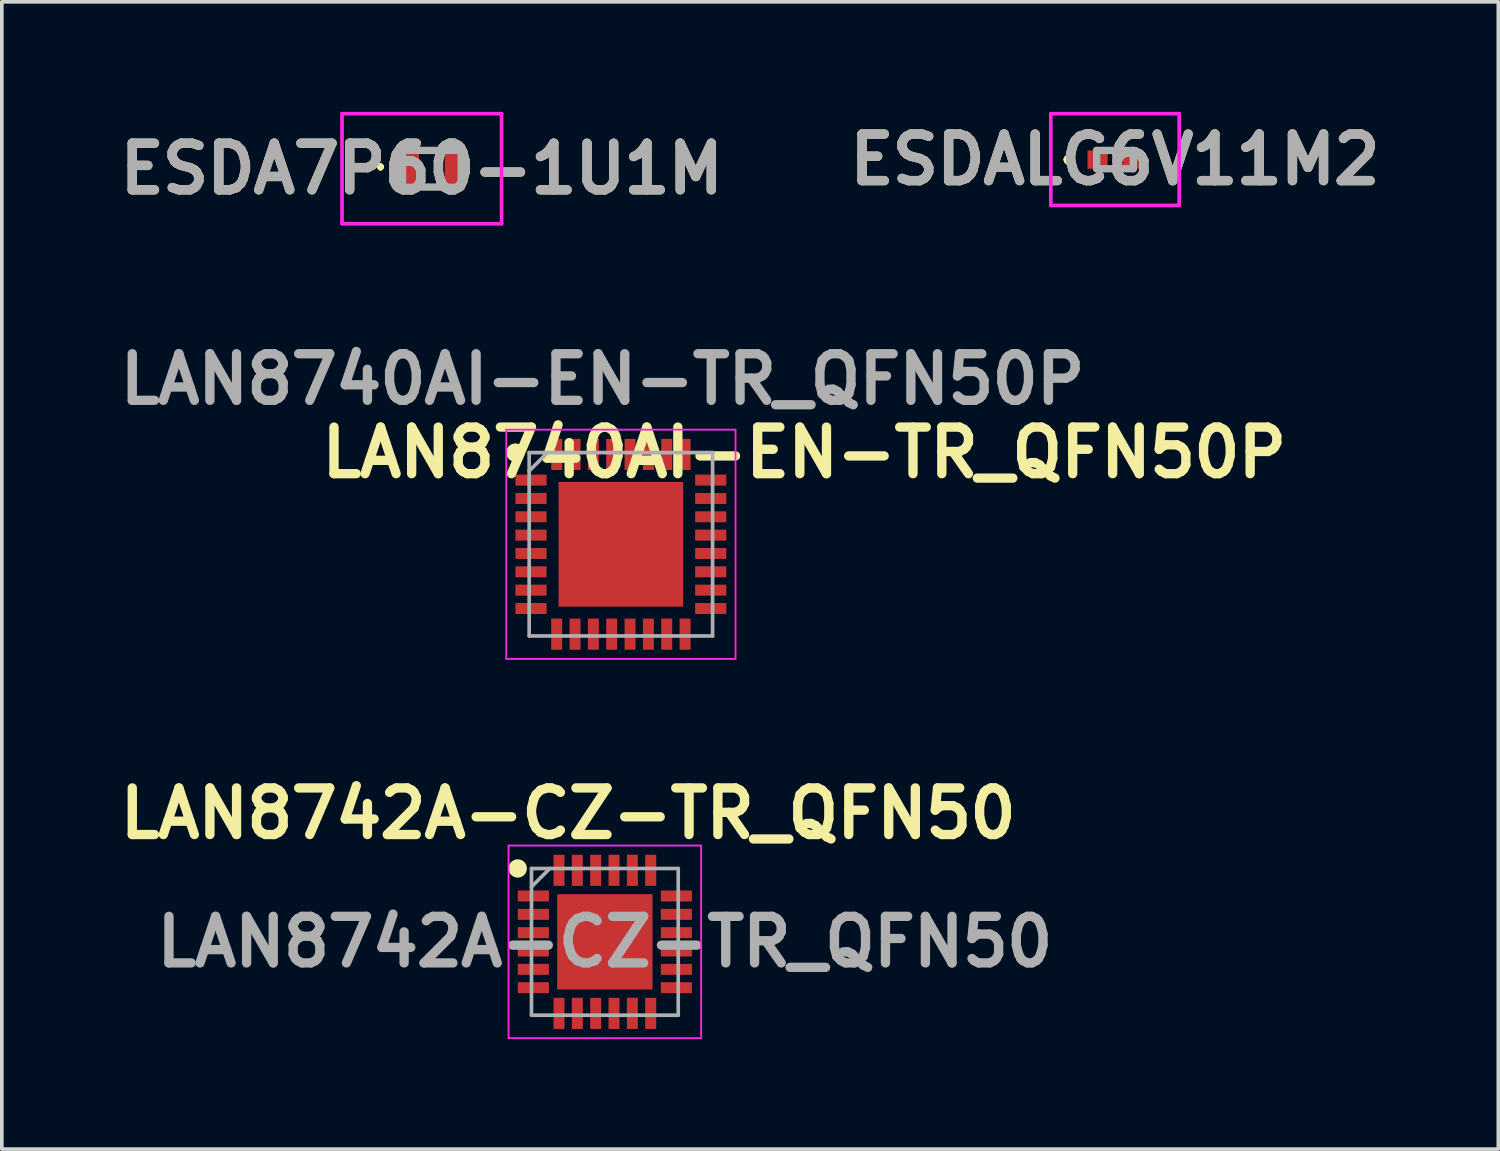
<source format=kicad_pcb>
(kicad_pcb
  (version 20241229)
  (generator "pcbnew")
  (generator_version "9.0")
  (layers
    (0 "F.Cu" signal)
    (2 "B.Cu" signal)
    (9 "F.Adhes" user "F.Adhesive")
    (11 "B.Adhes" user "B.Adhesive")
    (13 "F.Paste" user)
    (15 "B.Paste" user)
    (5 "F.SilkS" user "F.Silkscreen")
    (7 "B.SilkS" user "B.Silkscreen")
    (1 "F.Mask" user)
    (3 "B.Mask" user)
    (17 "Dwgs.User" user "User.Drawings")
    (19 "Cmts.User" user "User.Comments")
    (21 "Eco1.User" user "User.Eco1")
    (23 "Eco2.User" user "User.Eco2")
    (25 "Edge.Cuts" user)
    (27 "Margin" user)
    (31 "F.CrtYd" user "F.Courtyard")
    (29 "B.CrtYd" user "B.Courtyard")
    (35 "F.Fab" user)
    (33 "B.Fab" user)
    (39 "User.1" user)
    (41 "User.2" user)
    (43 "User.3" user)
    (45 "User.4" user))
  (footprint "LAN8740AI-EN-TR_QFN50P"
    (layer "F.Cu")
    (at 13.877 11.789)
    (property "Reference" "LAN8740AI-EN-TR_QFN50P" (at 5 -2.5 0) (layer "F.SilkS") (effects (font (size 1.27 1.27) (thickness 0.254))))
    (attr smd)
    (fp_circle (center -2.875 -2.5) (end -2.875 -2.375) (stroke (width 0.25) (type solid)) (fill no) (layer "F.SilkS"))
    (fp_line (start -3.125 -3.125) (end 3.125 -3.125) (stroke (width 0.05) (type solid)) (layer "F.CrtYd"))
    (fp_line (start -3.125 3.125) (end -3.125 -3.125) (stroke (width 0.05) (type solid)) (layer "F.CrtYd"))
    (fp_line (start 3.125 -3.125) (end 3.125 3.125) (stroke (width 0.05) (type solid)) (layer "F.CrtYd"))
    (fp_line (start 3.125 3.125) (end -3.125 3.125) (stroke (width 0.05) (type solid)) (layer "F.CrtYd"))
    (fp_line (start -2.5 -2.5) (end 2.5 -2.5) (stroke (width 0.1) (type solid)) (layer "F.Fab"))
    (fp_line (start -2.5 -2) (end -2 -2.5) (stroke (width 0.1) (type solid)) (layer "F.Fab"))
    (fp_line (start -2.5 2.5) (end -2.5 -2.5) (stroke (width 0.1) (type solid)) (layer "F.Fab"))
    (fp_line (start 2.5 -2.5) (end 2.5 2.5) (stroke (width 0.1) (type solid)) (layer "F.Fab"))
    (fp_line (start 2.5 2.5) (end -2.5 2.5) (stroke (width 0.1) (type solid)) (layer "F.Fab"))
    (fp_text user "${REFERENCE}" (at -0.5 -4.5 0) (layer "F.Fab") (effects (font (size 1.27 1.27) (thickness 0.254))))
    (pad "1" smd rect (at -2.45 -1.75 90) (size 0.3 0.85) (layers "F.Cu" "F.Mask" "F.Paste"))
    (pad "2" smd rect (at -2.45 -1.25 90) (size 0.3 0.85) (layers "F.Cu" "F.Mask" "F.Paste"))
    (pad "3" smd rect (at -2.45 -0.75 90) (size 0.3 0.85) (layers "F.Cu" "F.Mask" "F.Paste"))
    (pad "4" smd rect (at -2.45 -0.25 90) (size 0.3 0.85) (layers "F.Cu" "F.Mask" "F.Paste"))
    (pad "5" smd rect (at -2.45 0.25 90) (size 0.3 0.85) (layers "F.Cu" "F.Mask" "F.Paste"))
    (pad "6" smd rect (at -2.45 0.75 90) (size 0.3 0.85) (layers "F.Cu" "F.Mask" "F.Paste"))
    (pad "7" smd rect (at -2.45 1.25 90) (size 0.3 0.85) (layers "F.Cu" "F.Mask" "F.Paste"))
    (pad "8" smd rect (at -2.45 1.75 90) (size 0.3 0.85) (layers "F.Cu" "F.Mask" "F.Paste"))
    (pad "9" smd rect (at -1.75 2.45) (size 0.3 0.85) (layers "F.Cu" "F.Mask" "F.Paste"))
    (pad "10" smd rect (at -1.25 2.45) (size 0.3 0.85) (layers "F.Cu" "F.Mask" "F.Paste"))
    (pad "11" smd rect (at -0.75 2.45) (size 0.3 0.85) (layers "F.Cu" "F.Mask" "F.Paste"))
    (pad "12" smd rect (at -0.25 2.45) (size 0.3 0.85) (layers "F.Cu" "F.Mask" "F.Paste"))
    (pad "13" smd rect (at 0.25 2.45) (size 0.3 0.85) (layers "F.Cu" "F.Mask" "F.Paste"))
    (pad "14" smd rect (at 0.75 2.45) (size 0.3 0.85) (layers "F.Cu" "F.Mask" "F.Paste"))
    (pad "15" smd rect (at 1.25 2.45) (size 0.3 0.85) (layers "F.Cu" "F.Mask" "F.Paste"))
    (pad "16" smd rect (at 1.75 2.45) (size 0.3 0.85) (layers "F.Cu" "F.Mask" "F.Paste"))
    (pad "17" smd rect (at 2.45 1.75 90) (size 0.3 0.85) (layers "F.Cu" "F.Mask" "F.Paste"))
    (pad "18" smd rect (at 2.45 1.25 90) (size 0.3 0.85) (layers "F.Cu" "F.Mask" "F.Paste"))
    (pad "19" smd rect (at 2.45 0.75 90) (size 0.3 0.85) (layers "F.Cu" "F.Mask" "F.Paste"))
    (pad "20" smd rect (at 2.45 0.25 90) (size 0.3 0.85) (layers "F.Cu" "F.Mask" "F.Paste"))
    (pad "21" smd rect (at 2.45 -0.25 90) (size 0.3 0.85) (layers "F.Cu" "F.Mask" "F.Paste"))
    (pad "22" smd rect (at 2.45 -0.75 90) (size 0.3 0.85) (layers "F.Cu" "F.Mask" "F.Paste"))
    (pad "23" smd rect (at 2.45 -1.25 90) (size 0.3 0.85) (layers "F.Cu" "F.Mask" "F.Paste"))
    (pad "24" smd rect (at 2.45 -1.75 90) (size 0.3 0.85) (layers "F.Cu" "F.Mask" "F.Paste"))
    (pad "25" smd rect (at 1.75 -2.45) (size 0.3 0.85) (layers "F.Cu" "F.Mask" "F.Paste"))
    (pad "26" smd rect (at 1.25 -2.45) (size 0.3 0.85) (layers "F.Cu" "F.Mask" "F.Paste"))
    (pad "27" smd rect (at 0.75 -2.45) (size 0.3 0.85) (layers "F.Cu" "F.Mask" "F.Paste"))
    (pad "28" smd rect (at 0.25 -2.45) (size 0.3 0.85) (layers "F.Cu" "F.Mask" "F.Paste"))
    (pad "29" smd rect (at -0.25 -2.45) (size 0.3 0.85) (layers "F.Cu" "F.Mask" "F.Paste"))
    (pad "30" smd rect (at -0.75 -2.45) (size 0.3 0.85) (layers "F.Cu" "F.Mask" "F.Paste"))
    (pad "31" smd rect (at -1.25 -2.45) (size 0.3 0.85) (layers "F.Cu" "F.Mask" "F.Paste"))
    (pad "32" smd rect (at -1.75 -2.45) (size 0.3 0.85) (layers "F.Cu" "F.Mask" "F.Paste"))
    (pad "33" smd rect (at 0 0) (size 3.4 3.4) (layers "F.Cu" "F.Mask" "F.Paste")))
  (footprint "ESDALC6V11M2"
    (layer "F.Cu")
    (at 27.348 1.3)
    (property "Reference" "ESDALC6V11M2" (at 0 0 0) (layer "F.SilkS") (effects (font (size 1.27 1.27) (thickness 0.254))))
    (attr smd)
    (fp_line (start -1.3 0) (end -1.3 0) (stroke (width 0.2) (type solid)) (layer "F.SilkS"))
    (fp_line (start -1.3 0) (end -1.3 0) (stroke (width 0.2) (type solid)) (layer "F.SilkS"))
    (fp_line (start -1.2 0) (end -1.2 0) (stroke (width 0.2) (type solid)) (layer "F.SilkS"))
    (fp_arc (start -1.3 0) (mid -1.25 -0.05) (end -1.2 0) (stroke (width 0.2) (type solid)) (layer "F.SilkS"))
    (fp_arc (start -1.2 0) (mid -1.25 0.05) (end -1.3 0) (stroke (width 0.2) (type solid)) (layer "F.SilkS"))
    (fp_arc (start -1.2 0) (mid -1.25 0.05) (end -1.3 0) (stroke (width 0.2) (type solid)) (layer "F.SilkS"))
    (fp_line (start -1.75 -1.25) (end 1.75 -1.25) (stroke (width 0.1) (type solid)) (layer "F.CrtYd"))
    (fp_line (start -1.75 1.25) (end -1.75 -1.25) (stroke (width 0.1) (type solid)) (layer "F.CrtYd"))
    (fp_line (start 1.75 -1.25) (end 1.75 1.25) (stroke (width 0.1) (type solid)) (layer "F.CrtYd"))
    (fp_line (start 1.75 1.25) (end -1.75 1.25) (stroke (width 0.1) (type solid)) (layer "F.CrtYd"))
    (fp_line (start -0.5 -0.25) (end -0.5 0.25) (stroke (width 0.2) (type solid)) (layer "F.Fab"))
    (fp_line (start -0.5 0.25) (end 0.5 0.25) (stroke (width 0.2) (type solid)) (layer "F.Fab"))
    (fp_line (start 0.5 -0.25) (end -0.5 -0.25) (stroke (width 0.2) (type solid)) (layer "F.Fab"))
    (fp_line (start 0.5 0.25) (end 0.5 -0.25) (stroke (width 0.2) (type solid)) (layer "F.Fab"))
    (fp_text user "${REFERENCE}" (at 0 0 0) (layer "F.Fab") (effects (font (size 1.27 1.27) (thickness 0.254))))
    (pad "1" smd rect (at -0.475 0 90) (size 0.5 0.55) (layers "F.Cu" "F.Mask" "F.Paste"))
    (pad "2" smd rect (at 0.475 0 90) (size 0.5 0.55) (layers "F.Cu" "F.Mask" "F.Paste")))
  (footprint "LAN8742A-CZ-TR_QFN50"
    (layer "F.Cu")
    (at 13.44 22.627)
    (property "Reference" "LAN8742A-CZ-TR_QFN50" (at -1 -3.5 0) (layer "F.SilkS") (effects (font (size 1.27 1.27) (thickness 0.254))))
    (attr smd)
    (fp_circle (center -2.375 -2) (end -2.375 -1.875) (stroke (width 0.25) (type solid)) (fill no) (layer "F.SilkS"))
    (fp_line (start -2.625 -2.625) (end 2.625 -2.625) (stroke (width 0.05) (type solid)) (layer "F.CrtYd"))
    (fp_line (start -2.625 2.625) (end -2.625 -2.625) (stroke (width 0.05) (type solid)) (layer "F.CrtYd"))
    (fp_line (start 2.625 -2.625) (end 2.625 2.625) (stroke (width 0.05) (type solid)) (layer "F.CrtYd"))
    (fp_line (start 2.625 2.625) (end -2.625 2.625) (stroke (width 0.05) (type solid)) (layer "F.CrtYd"))
    (fp_line (start -2 -2) (end 2 -2) (stroke (width 0.1) (type solid)) (layer "F.Fab"))
    (fp_line (start -2 -1.5) (end -1.5 -2) (stroke (width 0.1) (type solid)) (layer "F.Fab"))
    (fp_line (start -2 2) (end -2 -2) (stroke (width 0.1) (type solid)) (layer "F.Fab"))
    (fp_line (start 2 -2) (end 2 2) (stroke (width 0.1) (type solid)) (layer "F.Fab"))
    (fp_line (start 2 2) (end -2 2) (stroke (width 0.1) (type solid)) (layer "F.Fab"))
    (fp_text user "${REFERENCE}" (at 0 0 0) (layer "F.Fab") (effects (font (size 1.27 1.27) (thickness 0.254))))
    (pad "1" smd rect (at -1.95 -1.25 90) (size 0.3 0.85) (layers "F.Cu" "F.Mask" "F.Paste"))
    (pad "2" smd rect (at -1.95 -0.75 90) (size 0.3 0.85) (layers "F.Cu" "F.Mask" "F.Paste"))
    (pad "3" smd rect (at -1.95 -0.25 90) (size 0.3 0.85) (layers "F.Cu" "F.Mask" "F.Paste"))
    (pad "4" smd rect (at -1.95 0.25 90) (size 0.3 0.85) (layers "F.Cu" "F.Mask" "F.Paste"))
    (pad "5" smd rect (at -1.95 0.75 90) (size 0.3 0.85) (layers "F.Cu" "F.Mask" "F.Paste"))
    (pad "6" smd rect (at -1.95 1.25 90) (size 0.3 0.85) (layers "F.Cu" "F.Mask" "F.Paste"))
    (pad "7" smd rect (at -1.25 1.95) (size 0.3 0.85) (layers "F.Cu" "F.Mask" "F.Paste"))
    (pad "8" smd rect (at -0.75 1.95) (size 0.3 0.85) (layers "F.Cu" "F.Mask" "F.Paste"))
    (pad "9" smd rect (at -0.25 1.95) (size 0.3 0.85) (layers "F.Cu" "F.Mask" "F.Paste"))
    (pad "10" smd rect (at 0.25 1.95) (size 0.3 0.85) (layers "F.Cu" "F.Mask" "F.Paste"))
    (pad "11" smd rect (at 0.75 1.95) (size 0.3 0.85) (layers "F.Cu" "F.Mask" "F.Paste"))
    (pad "12" smd rect (at 1.25 1.95) (size 0.3 0.85) (layers "F.Cu" "F.Mask" "F.Paste"))
    (pad "13" smd rect (at 1.95 1.25 90) (size 0.3 0.85) (layers "F.Cu" "F.Mask" "F.Paste"))
    (pad "14" smd rect (at 1.95 0.75 90) (size 0.3 0.85) (layers "F.Cu" "F.Mask" "F.Paste"))
    (pad "15" smd rect (at 1.95 0.25 90) (size 0.3 0.85) (layers "F.Cu" "F.Mask" "F.Paste"))
    (pad "16" smd rect (at 1.95 -0.25 90) (size 0.3 0.85) (layers "F.Cu" "F.Mask" "F.Paste"))
    (pad "17" smd rect (at 1.95 -0.75 90) (size 0.3 0.85) (layers "F.Cu" "F.Mask" "F.Paste"))
    (pad "18" smd rect (at 1.95 -1.25 90) (size 0.3 0.85) (layers "F.Cu" "F.Mask" "F.Paste"))
    (pad "19" smd rect (at 1.25 -1.95) (size 0.3 0.85) (layers "F.Cu" "F.Mask" "F.Paste"))
    (pad "20" smd rect (at 0.75 -1.95) (size 0.3 0.85) (layers "F.Cu" "F.Mask" "F.Paste"))
    (pad "21" smd rect (at 0.25 -1.95) (size 0.3 0.85) (layers "F.Cu" "F.Mask" "F.Paste"))
    (pad "22" smd rect (at -0.25 -1.95) (size 0.3 0.85) (layers "F.Cu" "F.Mask" "F.Paste"))
    (pad "23" smd rect (at -0.75 -1.95) (size 0.3 0.85) (layers "F.Cu" "F.Mask" "F.Paste"))
    (pad "24" smd rect (at -1.25 -1.95) (size 0.3 0.85) (layers "F.Cu" "F.Mask" "F.Paste"))
    (pad "25" smd rect (at 0 0) (size 2.6 2.6) (layers "F.Cu" "F.Mask" "F.Paste")))
  (footprint "ESDA7P60-1U1M"
    (layer "F.Cu")
    (at 8.724 1.55)
    (property "Reference" "ESDA7P60-1U1M" (at -0.275 0 0) (layer "F.SilkS") (effects (font (size 1.27 1.27) (thickness 0.254))))
    (attr smd)
    (fp_line (start -1.4 -0.1) (end -1.4 -0.1) (stroke (width 0.1) (type solid)) (layer "F.SilkS"))
    (fp_line (start -1.4 0) (end -1.4 0) (stroke (width 0.1) (type solid)) (layer "F.SilkS"))
    (fp_line (start -0.1 -0.5) (end 0.1 -0.5) (stroke (width 0.1) (type solid)) (layer "F.SilkS"))
    (fp_line (start -0.1 0.5) (end 0.1 0.5) (stroke (width 0.1) (type solid)) (layer "F.SilkS"))
    (fp_arc (start -1.4 -0.1) (mid -1.35 -0.05) (end -1.4 0) (stroke (width 0.1) (type solid)) (layer "F.SilkS"))
    (fp_arc (start -1.4 0) (mid -1.45 -0.05) (end -1.4 -0.1) (stroke (width 0.1) (type solid)) (layer "F.SilkS"))
    (fp_line (start -2.45 -1.5) (end 1.9 -1.5) (stroke (width 0.1) (type solid)) (layer "F.CrtYd"))
    (fp_line (start -2.45 1.5) (end -2.45 -1.5) (stroke (width 0.1) (type solid)) (layer "F.CrtYd"))
    (fp_line (start 1.9 -1.5) (end 1.9 1.5) (stroke (width 0.1) (type solid)) (layer "F.CrtYd"))
    (fp_line (start 1.9 1.5) (end -2.45 1.5) (stroke (width 0.1) (type solid)) (layer "F.CrtYd"))
    (fp_line (start -0.8 -0.5) (end 0.8 -0.5) (stroke (width 0.2) (type solid)) (layer "F.Fab"))
    (fp_line (start -0.8 0.5) (end -0.8 -0.5) (stroke (width 0.2) (type solid)) (layer "F.Fab"))
    (fp_line (start 0.8 -0.5) (end 0.8 0.5) (stroke (width 0.2) (type solid)) (layer "F.Fab"))
    (fp_line (start 0.8 0.5) (end -0.8 0.5) (stroke (width 0.2) (type solid)) (layer "F.Fab"))
    (fp_text user "${REFERENCE}" (at -0.275 0 0) (layer "F.Fab") (effects (font (size 1.27 1.27) (thickness 0.254))))
    (pad "1" smd rect (at -0.625 0) (size 0.55 0.8) (layers "F.Cu" "F.Mask" "F.Paste"))
    (pad "2" smd rect (at 0.625 0) (size 0.55 0.8) (layers "F.Cu" "F.Mask" "F.Paste")))
  (gr_rect
    (start -3 -3)
    (end 37.798 28.277)
    (stroke (width 0.1) (type default))
    (fill no)
    (layer "Edge.Cuts")))
</source>
